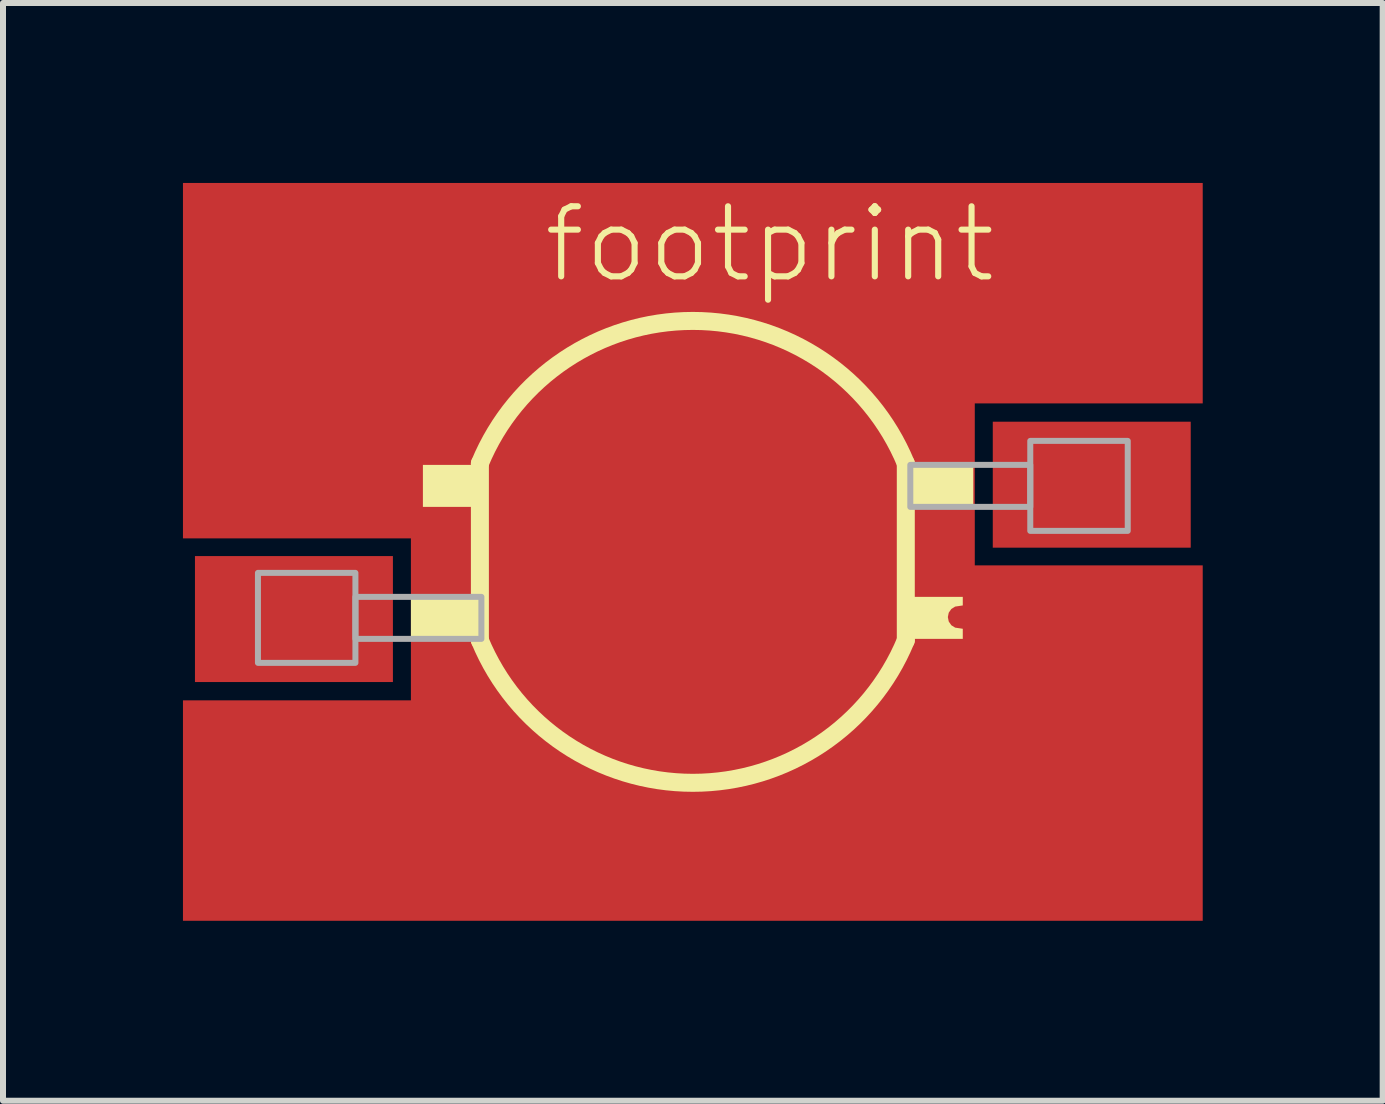
<source format=kicad_pcb>
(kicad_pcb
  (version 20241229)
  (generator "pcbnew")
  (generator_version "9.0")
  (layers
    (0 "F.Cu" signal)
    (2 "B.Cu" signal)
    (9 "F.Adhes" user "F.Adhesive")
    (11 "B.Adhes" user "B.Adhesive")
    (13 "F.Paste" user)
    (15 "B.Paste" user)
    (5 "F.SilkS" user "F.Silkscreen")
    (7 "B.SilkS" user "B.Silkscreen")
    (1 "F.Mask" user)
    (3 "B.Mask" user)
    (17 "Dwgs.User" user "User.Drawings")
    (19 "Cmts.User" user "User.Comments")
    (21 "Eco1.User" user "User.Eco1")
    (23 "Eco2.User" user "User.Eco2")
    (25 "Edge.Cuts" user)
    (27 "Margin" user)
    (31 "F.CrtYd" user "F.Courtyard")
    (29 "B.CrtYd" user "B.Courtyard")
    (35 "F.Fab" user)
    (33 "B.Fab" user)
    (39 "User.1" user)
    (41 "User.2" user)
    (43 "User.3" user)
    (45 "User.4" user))
  (footprint "footprint"
    (layer "F.Cu")
    (at 8.5 6.15)
    (property "Reference" "footprint" (at -2.54 -4.445 0) (layer "F.SilkS") (effects (font (size 1.168 1.168) (thickness 0.102)) (justify left bottom)))
    (fp_poly (pts (xy 8.5 -2.475) (xy 4.7 -2.475) (xy 4.7 0.225) (xy 8.5 0.225) (xy 8.5 6.15) (xy -8.5 6.15) (xy -8.5 2.475) (xy -4.7 2.475) (xy -4.7 -0.225) (xy -8.5 -0.225) (xy -8.5 -6.15) (xy 8.5 -6.15)) (stroke (width 0) (type solid)) (fill yes) (layer "F.Cu"))
    (fp_circle (center 0 0) (end 1.6 0) (stroke (width 3.2) (type solid)) (fill yes) (layer "F.Mask"))
    (fp_line (start -3.55 1.475) (end -3.55 -1.475) (stroke (width 0.3) (type solid)) (layer "F.SilkS"))
    (fp_line (start 3.55 -1.475) (end 3.55 1.475) (stroke (width 0.3) (type solid)) (layer "F.SilkS"))
    (fp_arc (start -3.55 -1.475) (mid 0 -3.850098) (end 3.55 -1.475) (stroke (width 0.3) (type solid)) (layer "F.SilkS"))
    (fp_arc (start 3.55 1.475) (mid -0.000001 3.849973) (end -3.550001 1.474998) (stroke (width 0.3) (type solid)) (layer "F.SilkS"))
    (fp_poly (pts (xy -4.7 1.45) (xy -3.525 1.45) (xy -3.525 0.75) (xy -4.7 0.75)) (stroke (width 0) (type solid)) (fill yes) (layer "F.SilkS"))
    (fp_poly (pts (xy -4.5 -0.75) (xy -3.55 -0.75) (xy -3.55 -1.45) (xy -4.5 -1.45)) (stroke (width 0) (type solid)) (fill yes) (layer "F.SilkS"))
    (fp_poly (pts (xy 3.5 -0.75) (xy 4.675 -0.75) (xy 4.675 -1.45) (xy 3.5 -1.45)) (stroke (width 0) (type solid)) (fill yes) (layer "F.SilkS"))
    (fp_poly (pts (xy 4.5 0.893) (xy 4.373 0.912) (xy 4.309 0.952) (xy 4.266 1.014) (xy 4.251 1.087) (xy 4.266 1.161) (xy 4.309 1.223) (xy 4.373 1.263) (xy 4.5 1.282) (xy 4.5 1.45) (xy 3.6 1.45) (xy 3.6 0.75) (xy 4.5 0.75)) (stroke (width 0) (type solid)) (fill yes) (layer "F.SilkS"))
    (fp_poly (pts (xy -0.234 0) (xy -2.215 1.981) (xy -2.658 1.325) (xy -2.798 1.009) (xy -2.899 0.681) (xy -2.96 0.343) (xy -2.98 -0.000001) (xy -2.96 -0.343) (xy -2.899 -0.681) (xy -2.798 -1.009) (xy -2.66 -1.323) (xy -2.485 -1.618) (xy -2.279 -1.886) (xy -2.2 -1.825) (xy -2.129 -1.896)) (stroke (width 0) (type solid)) (fill yes) (layer "F.Paste"))
    (fp_poly (pts (xy 0.234 0) (xy 2.215 -1.981) (xy 2.658 -1.325) (xy 2.798 -1.009) (xy 2.899 -0.681) (xy 2.96 -0.343) (xy 2.98 0.000001) (xy 2.96 0.343) (xy 2.899 0.681) (xy 2.798 1.009) (xy 2.66 1.323) (xy 2.485 1.618) (xy 2.279 1.886) (xy 2.2 1.825) (xy 2.129 1.896)) (stroke (width 0) (type solid)) (fill yes) (layer "F.Paste"))
    (fp_poly (pts (xy 0.343 -2.96) (xy 0.681 -2.899) (xy 1.009 -2.798) (xy 1.323 -2.66) (xy 1.618 -2.485) (xy 1.886 -2.279) (xy 1.825 -2.2) (xy 1.896 -2.129) (xy 0 -0.234) (xy -1.976 -2.21) (xy -1.618 -2.485) (xy -1.323 -2.66) (xy -1.009 -2.798) (xy -0.681 -2.899) (xy -0.343 -2.96) (xy 0.000001 -2.98)) (stroke (width 0) (type solid)) (fill yes) (layer "F.Paste"))
    (fp_poly (pts (xy 1.976 2.21) (xy 1.618 2.485) (xy 1.323 2.66) (xy 1.009 2.798) (xy 0.681 2.899) (xy 0.343 2.96) (xy -0.000001 2.98) (xy -0.343 2.96) (xy -0.681 2.899) (xy -1.009 2.798) (xy -1.323 2.66) (xy -1.618 2.485) (xy -1.886 2.279) (xy -1.825 2.2) (xy -1.896 2.129) (xy 0 0.234)) (stroke (width 0) (type solid)) (fill yes) (layer "F.Paste"))
    (fp_poly (pts (xy -7.25 1.85) (xy -5.625 1.85) (xy -5.625 0.35) (xy -7.25 0.35)) (stroke (width 0.1) (type solid)) (fill no) (layer "F.Fab"))
    (fp_poly (pts (xy -5.625 1.45) (xy -3.525 1.45) (xy -3.525 0.75) (xy -5.625 0.75)) (stroke (width 0.1) (type solid)) (fill no) (layer "F.Fab"))
    (fp_poly (pts (xy 5.625 -1.45) (xy 3.625 -1.45) (xy 3.625 -0.75) (xy 5.625 -0.75)) (stroke (width 0.1) (type solid)) (fill no) (layer "F.Fab"))
    (fp_poly (pts (xy 7.25 -1.85) (xy 5.625 -1.85) (xy 5.625 -0.35) (xy 7.25 -0.35)) (stroke (width 0.1) (type solid)) (fill no) (layer "F.Fab"))
    (pad "A" smd rect (at -6.65 1.12) (size 3.3 2.1) (layers "F.Cu" "F.Mask" "F.Paste"))
    (pad "C" smd rect (at 6.65 -1.12) (size 3.3 2.1) (layers "F.Cu" "F.Mask" "F.Paste")))
  (gr_rect
    (start -3 -3)
    (end 20 15.3)
    (stroke (width 0.1) (type default))
    (fill no)
    (layer "Edge.Cuts")))
</source>
